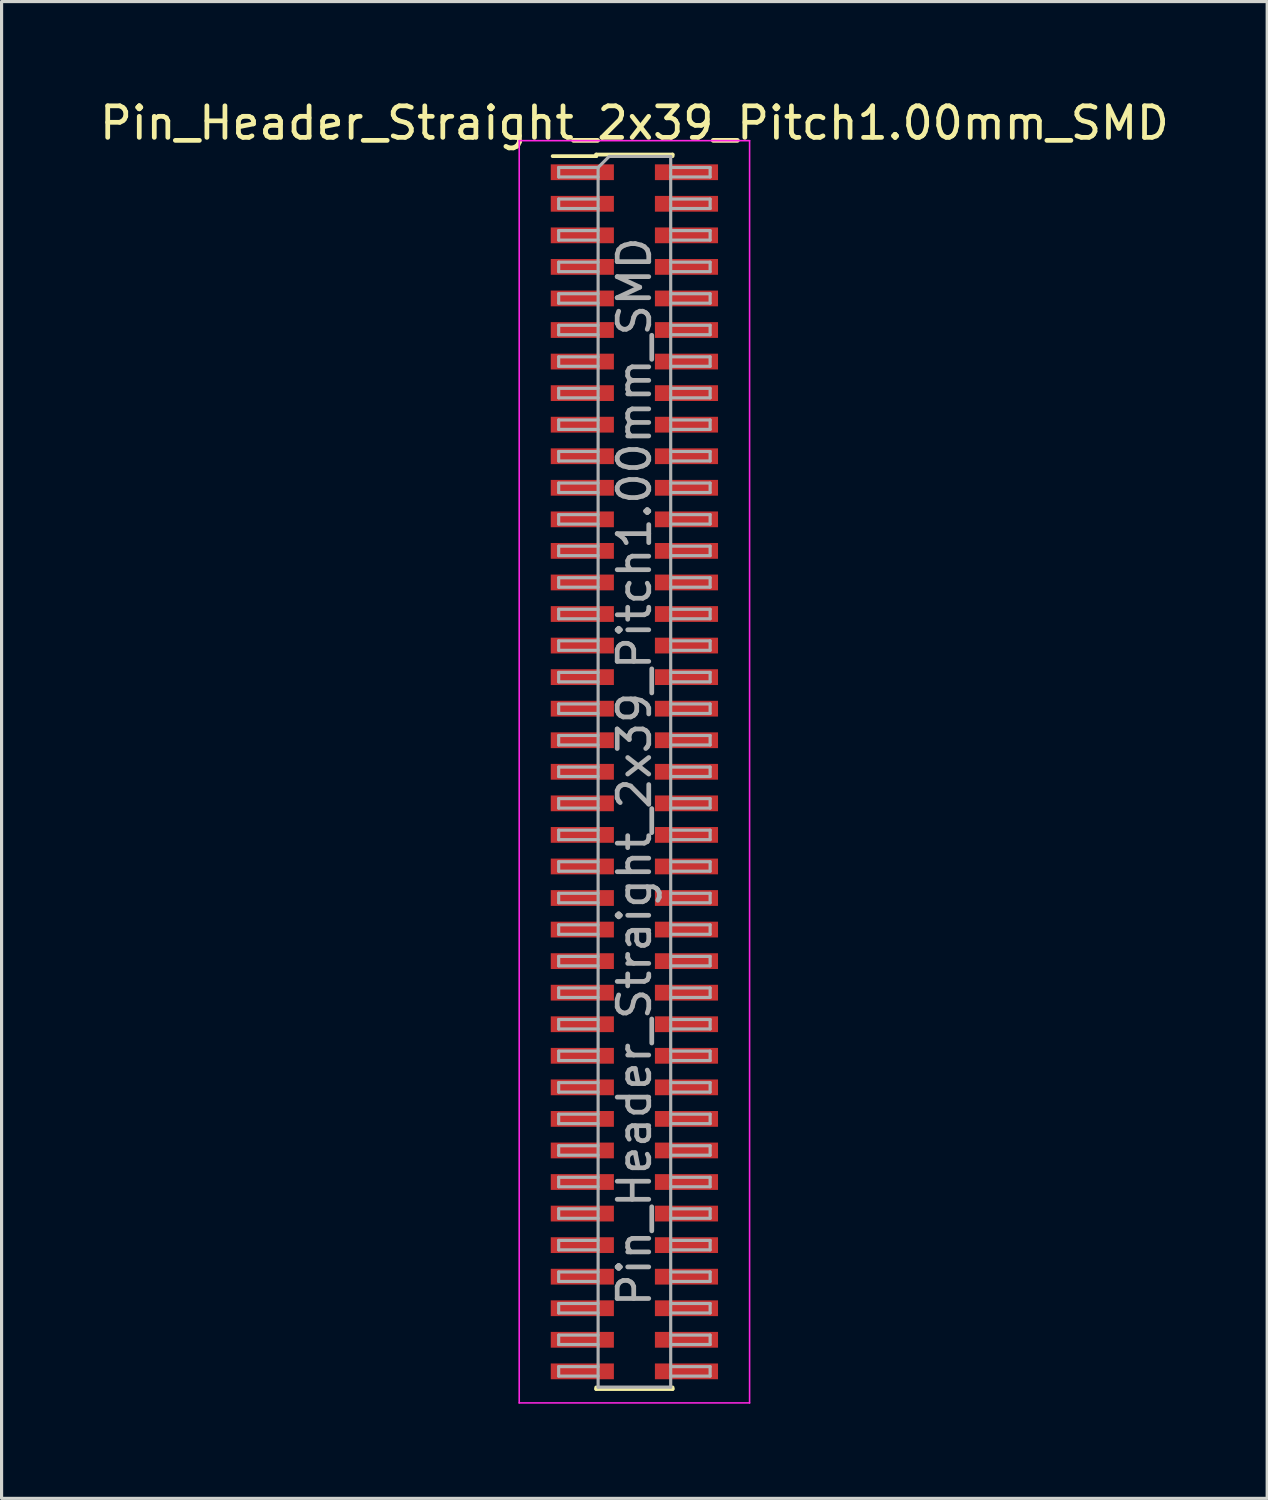
<source format=kicad_pcb>
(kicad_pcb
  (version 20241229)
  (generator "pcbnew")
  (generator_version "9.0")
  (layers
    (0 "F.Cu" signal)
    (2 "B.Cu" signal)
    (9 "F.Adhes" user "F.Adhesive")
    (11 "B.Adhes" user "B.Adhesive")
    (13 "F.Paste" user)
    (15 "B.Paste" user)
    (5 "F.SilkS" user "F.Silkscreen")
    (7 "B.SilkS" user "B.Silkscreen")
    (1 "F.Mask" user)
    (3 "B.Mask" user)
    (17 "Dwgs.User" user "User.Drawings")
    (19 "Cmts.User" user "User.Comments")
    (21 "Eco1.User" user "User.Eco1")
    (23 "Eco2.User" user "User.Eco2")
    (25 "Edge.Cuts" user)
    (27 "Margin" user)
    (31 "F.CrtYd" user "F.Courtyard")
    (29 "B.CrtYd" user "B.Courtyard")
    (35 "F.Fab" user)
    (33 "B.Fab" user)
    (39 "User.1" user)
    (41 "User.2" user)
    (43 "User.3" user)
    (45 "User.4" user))
  (footprint "Pin_Header_Straight_2x39_Pitch1.00mm_SMD"
    (layer "F.Cu")
    (at 17.054 21.408)
    (property "Reference" "Pin_Header_Straight_2x39_Pitch1.00mm_SMD" (at 0 -20.56 0) (layer "F.SilkS") (effects (font (size 1 1) (thickness 0.15))))
    (attr smd)
    (fp_line (start -2.59 -19.51) (end -1.21 -19.51) (stroke (width 0.12) (type solid)) (layer "F.SilkS"))
    (fp_line (start -1.21 -19.56) (end -1.21 -19.51) (stroke (width 0.12) (type solid)) (layer "F.SilkS"))
    (fp_line (start -1.21 -19.56) (end 1.21 -19.56) (stroke (width 0.12) (type solid)) (layer "F.SilkS"))
    (fp_line (start -1.21 19.51) (end -1.21 19.56) (stroke (width 0.12) (type solid)) (layer "F.SilkS"))
    (fp_line (start -1.21 19.56) (end 1.21 19.56) (stroke (width 0.12) (type solid)) (layer "F.SilkS"))
    (fp_line (start 1.21 -19.56) (end 1.21 -19.51) (stroke (width 0.12) (type solid)) (layer "F.SilkS"))
    (fp_line (start 1.21 19.51) (end 1.21 19.56) (stroke (width 0.12) (type solid)) (layer "F.SilkS"))
    (fp_line (start -3.65 -20) (end -3.65 20) (stroke (width 0.05) (type solid)) (layer "F.CrtYd"))
    (fp_line (start -3.65 20) (end 3.65 20) (stroke (width 0.05) (type solid)) (layer "F.CrtYd"))
    (fp_line (start 3.65 -20) (end -3.65 -20) (stroke (width 0.05) (type solid)) (layer "F.CrtYd"))
    (fp_line (start 3.65 20) (end 3.65 -20) (stroke (width 0.05) (type solid)) (layer "F.CrtYd"))
    (fp_line (start -2.4 -19.15) (end -2.4 -18.85) (stroke (width 0.1) (type solid)) (layer "F.Fab"))
    (fp_line (start -2.4 -18.85) (end -1.15 -18.85) (stroke (width 0.1) (type solid)) (layer "F.Fab"))
    (fp_line (start -2.4 -18.15) (end -2.4 -17.85) (stroke (width 0.1) (type solid)) (layer "F.Fab"))
    (fp_line (start -2.4 -17.85) (end -1.15 -17.85) (stroke (width 0.1) (type solid)) (layer "F.Fab"))
    (fp_line (start -2.4 -17.15) (end -2.4 -16.85) (stroke (width 0.1) (type solid)) (layer "F.Fab"))
    (fp_line (start -2.4 -16.85) (end -1.15 -16.85) (stroke (width 0.1) (type solid)) (layer "F.Fab"))
    (fp_line (start -2.4 -16.15) (end -2.4 -15.85) (stroke (width 0.1) (type solid)) (layer "F.Fab"))
    (fp_line (start -2.4 -15.85) (end -1.15 -15.85) (stroke (width 0.1) (type solid)) (layer "F.Fab"))
    (fp_line (start -2.4 -15.15) (end -2.4 -14.85) (stroke (width 0.1) (type solid)) (layer "F.Fab"))
    (fp_line (start -2.4 -14.85) (end -1.15 -14.85) (stroke (width 0.1) (type solid)) (layer "F.Fab"))
    (fp_line (start -2.4 -14.15) (end -2.4 -13.85) (stroke (width 0.1) (type solid)) (layer "F.Fab"))
    (fp_line (start -2.4 -13.85) (end -1.15 -13.85) (stroke (width 0.1) (type solid)) (layer "F.Fab"))
    (fp_line (start -2.4 -13.15) (end -2.4 -12.85) (stroke (width 0.1) (type solid)) (layer "F.Fab"))
    (fp_line (start -2.4 -12.85) (end -1.15 -12.85) (stroke (width 0.1) (type solid)) (layer "F.Fab"))
    (fp_line (start -2.4 -12.15) (end -2.4 -11.85) (stroke (width 0.1) (type solid)) (layer "F.Fab"))
    (fp_line (start -2.4 -11.85) (end -1.15 -11.85) (stroke (width 0.1) (type solid)) (layer "F.Fab"))
    (fp_line (start -2.4 -11.15) (end -2.4 -10.85) (stroke (width 0.1) (type solid)) (layer "F.Fab"))
    (fp_line (start -2.4 -10.85) (end -1.15 -10.85) (stroke (width 0.1) (type solid)) (layer "F.Fab"))
    (fp_line (start -2.4 -10.15) (end -2.4 -9.85) (stroke (width 0.1) (type solid)) (layer "F.Fab"))
    (fp_line (start -2.4 -9.85) (end -1.15 -9.85) (stroke (width 0.1) (type solid)) (layer "F.Fab"))
    (fp_line (start -2.4 -9.15) (end -2.4 -8.85) (stroke (width 0.1) (type solid)) (layer "F.Fab"))
    (fp_line (start -2.4 -8.85) (end -1.15 -8.85) (stroke (width 0.1) (type solid)) (layer "F.Fab"))
    (fp_line (start -2.4 -8.15) (end -2.4 -7.85) (stroke (width 0.1) (type solid)) (layer "F.Fab"))
    (fp_line (start -2.4 -7.85) (end -1.15 -7.85) (stroke (width 0.1) (type solid)) (layer "F.Fab"))
    (fp_line (start -2.4 -7.15) (end -2.4 -6.85) (stroke (width 0.1) (type solid)) (layer "F.Fab"))
    (fp_line (start -2.4 -6.85) (end -1.15 -6.85) (stroke (width 0.1) (type solid)) (layer "F.Fab"))
    (fp_line (start -2.4 -6.15) (end -2.4 -5.85) (stroke (width 0.1) (type solid)) (layer "F.Fab"))
    (fp_line (start -2.4 -5.85) (end -1.15 -5.85) (stroke (width 0.1) (type solid)) (layer "F.Fab"))
    (fp_line (start -2.4 -5.15) (end -2.4 -4.85) (stroke (width 0.1) (type solid)) (layer "F.Fab"))
    (fp_line (start -2.4 -4.85) (end -1.15 -4.85) (stroke (width 0.1) (type solid)) (layer "F.Fab"))
    (fp_line (start -2.4 -4.15) (end -2.4 -3.85) (stroke (width 0.1) (type solid)) (layer "F.Fab"))
    (fp_line (start -2.4 -3.85) (end -1.15 -3.85) (stroke (width 0.1) (type solid)) (layer "F.Fab"))
    (fp_line (start -2.4 -3.15) (end -2.4 -2.85) (stroke (width 0.1) (type solid)) (layer "F.Fab"))
    (fp_line (start -2.4 -2.85) (end -1.15 -2.85) (stroke (width 0.1) (type solid)) (layer "F.Fab"))
    (fp_line (start -2.4 -2.15) (end -2.4 -1.85) (stroke (width 0.1) (type solid)) (layer "F.Fab"))
    (fp_line (start -2.4 -1.85) (end -1.15 -1.85) (stroke (width 0.1) (type solid)) (layer "F.Fab"))
    (fp_line (start -2.4 -1.15) (end -2.4 -0.85) (stroke (width 0.1) (type solid)) (layer "F.Fab"))
    (fp_line (start -2.4 -0.85) (end -1.15 -0.85) (stroke (width 0.1) (type solid)) (layer "F.Fab"))
    (fp_line (start -2.4 -0.15) (end -2.4 0.15) (stroke (width 0.1) (type solid)) (layer "F.Fab"))
    (fp_line (start -2.4 0.15) (end -1.15 0.15) (stroke (width 0.1) (type solid)) (layer "F.Fab"))
    (fp_line (start -2.4 0.85) (end -2.4 1.15) (stroke (width 0.1) (type solid)) (layer "F.Fab"))
    (fp_line (start -2.4 1.15) (end -1.15 1.15) (stroke (width 0.1) (type solid)) (layer "F.Fab"))
    (fp_line (start -2.4 1.85) (end -2.4 2.15) (stroke (width 0.1) (type solid)) (layer "F.Fab"))
    (fp_line (start -2.4 2.15) (end -1.15 2.15) (stroke (width 0.1) (type solid)) (layer "F.Fab"))
    (fp_line (start -2.4 2.85) (end -2.4 3.15) (stroke (width 0.1) (type solid)) (layer "F.Fab"))
    (fp_line (start -2.4 3.15) (end -1.15 3.15) (stroke (width 0.1) (type solid)) (layer "F.Fab"))
    (fp_line (start -2.4 3.85) (end -2.4 4.15) (stroke (width 0.1) (type solid)) (layer "F.Fab"))
    (fp_line (start -2.4 4.15) (end -1.15 4.15) (stroke (width 0.1) (type solid)) (layer "F.Fab"))
    (fp_line (start -2.4 4.85) (end -2.4 5.15) (stroke (width 0.1) (type solid)) (layer "F.Fab"))
    (fp_line (start -2.4 5.15) (end -1.15 5.15) (stroke (width 0.1) (type solid)) (layer "F.Fab"))
    (fp_line (start -2.4 5.85) (end -2.4 6.15) (stroke (width 0.1) (type solid)) (layer "F.Fab"))
    (fp_line (start -2.4 6.15) (end -1.15 6.15) (stroke (width 0.1) (type solid)) (layer "F.Fab"))
    (fp_line (start -2.4 6.85) (end -2.4 7.15) (stroke (width 0.1) (type solid)) (layer "F.Fab"))
    (fp_line (start -2.4 7.15) (end -1.15 7.15) (stroke (width 0.1) (type solid)) (layer "F.Fab"))
    (fp_line (start -2.4 7.85) (end -2.4 8.15) (stroke (width 0.1) (type solid)) (layer "F.Fab"))
    (fp_line (start -2.4 8.15) (end -1.15 8.15) (stroke (width 0.1) (type solid)) (layer "F.Fab"))
    (fp_line (start -2.4 8.85) (end -2.4 9.15) (stroke (width 0.1) (type solid)) (layer "F.Fab"))
    (fp_line (start -2.4 9.15) (end -1.15 9.15) (stroke (width 0.1) (type solid)) (layer "F.Fab"))
    (fp_line (start -2.4 9.85) (end -2.4 10.15) (stroke (width 0.1) (type solid)) (layer "F.Fab"))
    (fp_line (start -2.4 10.15) (end -1.15 10.15) (stroke (width 0.1) (type solid)) (layer "F.Fab"))
    (fp_line (start -2.4 10.85) (end -2.4 11.15) (stroke (width 0.1) (type solid)) (layer "F.Fab"))
    (fp_line (start -2.4 11.15) (end -1.15 11.15) (stroke (width 0.1) (type solid)) (layer "F.Fab"))
    (fp_line (start -2.4 11.85) (end -2.4 12.15) (stroke (width 0.1) (type solid)) (layer "F.Fab"))
    (fp_line (start -2.4 12.15) (end -1.15 12.15) (stroke (width 0.1) (type solid)) (layer "F.Fab"))
    (fp_line (start -2.4 12.85) (end -2.4 13.15) (stroke (width 0.1) (type solid)) (layer "F.Fab"))
    (fp_line (start -2.4 13.15) (end -1.15 13.15) (stroke (width 0.1) (type solid)) (layer "F.Fab"))
    (fp_line (start -2.4 13.85) (end -2.4 14.15) (stroke (width 0.1) (type solid)) (layer "F.Fab"))
    (fp_line (start -2.4 14.15) (end -1.15 14.15) (stroke (width 0.1) (type solid)) (layer "F.Fab"))
    (fp_line (start -2.4 14.85) (end -2.4 15.15) (stroke (width 0.1) (type solid)) (layer "F.Fab"))
    (fp_line (start -2.4 15.15) (end -1.15 15.15) (stroke (width 0.1) (type solid)) (layer "F.Fab"))
    (fp_line (start -2.4 15.85) (end -2.4 16.15) (stroke (width 0.1) (type solid)) (layer "F.Fab"))
    (fp_line (start -2.4 16.15) (end -1.15 16.15) (stroke (width 0.1) (type solid)) (layer "F.Fab"))
    (fp_line (start -2.4 16.85) (end -2.4 17.15) (stroke (width 0.1) (type solid)) (layer "F.Fab"))
    (fp_line (start -2.4 17.15) (end -1.15 17.15) (stroke (width 0.1) (type solid)) (layer "F.Fab"))
    (fp_line (start -2.4 17.85) (end -2.4 18.15) (stroke (width 0.1) (type solid)) (layer "F.Fab"))
    (fp_line (start -2.4 18.15) (end -1.15 18.15) (stroke (width 0.1) (type solid)) (layer "F.Fab"))
    (fp_line (start -2.4 18.85) (end -2.4 19.15) (stroke (width 0.1) (type solid)) (layer "F.Fab"))
    (fp_line (start -2.4 19.15) (end -1.15 19.15) (stroke (width 0.1) (type solid)) (layer "F.Fab"))
    (fp_line (start -1.15 -19.15) (end -2.4 -19.15) (stroke (width 0.1) (type solid)) (layer "F.Fab"))
    (fp_line (start -1.15 -19.15) (end -0.8 -19.5) (stroke (width 0.1) (type solid)) (layer "F.Fab"))
    (fp_line (start -1.15 -18.15) (end -2.4 -18.15) (stroke (width 0.1) (type solid)) (layer "F.Fab"))
    (fp_line (start -1.15 -17.15) (end -2.4 -17.15) (stroke (width 0.1) (type solid)) (layer "F.Fab"))
    (fp_line (start -1.15 -16.15) (end -2.4 -16.15) (stroke (width 0.1) (type solid)) (layer "F.Fab"))
    (fp_line (start -1.15 -15.15) (end -2.4 -15.15) (stroke (width 0.1) (type solid)) (layer "F.Fab"))
    (fp_line (start -1.15 -14.15) (end -2.4 -14.15) (stroke (width 0.1) (type solid)) (layer "F.Fab"))
    (fp_line (start -1.15 -13.15) (end -2.4 -13.15) (stroke (width 0.1) (type solid)) (layer "F.Fab"))
    (fp_line (start -1.15 -12.15) (end -2.4 -12.15) (stroke (width 0.1) (type solid)) (layer "F.Fab"))
    (fp_line (start -1.15 -11.15) (end -2.4 -11.15) (stroke (width 0.1) (type solid)) (layer "F.Fab"))
    (fp_line (start -1.15 -10.15) (end -2.4 -10.15) (stroke (width 0.1) (type solid)) (layer "F.Fab"))
    (fp_line (start -1.15 -9.15) (end -2.4 -9.15) (stroke (width 0.1) (type solid)) (layer "F.Fab"))
    (fp_line (start -1.15 -8.15) (end -2.4 -8.15) (stroke (width 0.1) (type solid)) (layer "F.Fab"))
    (fp_line (start -1.15 -7.15) (end -2.4 -7.15) (stroke (width 0.1) (type solid)) (layer "F.Fab"))
    (fp_line (start -1.15 -6.15) (end -2.4 -6.15) (stroke (width 0.1) (type solid)) (layer "F.Fab"))
    (fp_line (start -1.15 -5.15) (end -2.4 -5.15) (stroke (width 0.1) (type solid)) (layer "F.Fab"))
    (fp_line (start -1.15 -4.15) (end -2.4 -4.15) (stroke (width 0.1) (type solid)) (layer "F.Fab"))
    (fp_line (start -1.15 -3.15) (end -2.4 -3.15) (stroke (width 0.1) (type solid)) (layer "F.Fab"))
    (fp_line (start -1.15 -2.15) (end -2.4 -2.15) (stroke (width 0.1) (type solid)) (layer "F.Fab"))
    (fp_line (start -1.15 -1.15) (end -2.4 -1.15) (stroke (width 0.1) (type solid)) (layer "F.Fab"))
    (fp_line (start -1.15 -0.15) (end -2.4 -0.15) (stroke (width 0.1) (type solid)) (layer "F.Fab"))
    (fp_line (start -1.15 0.85) (end -2.4 0.85) (stroke (width 0.1) (type solid)) (layer "F.Fab"))
    (fp_line (start -1.15 1.85) (end -2.4 1.85) (stroke (width 0.1) (type solid)) (layer "F.Fab"))
    (fp_line (start -1.15 2.85) (end -2.4 2.85) (stroke (width 0.1) (type solid)) (layer "F.Fab"))
    (fp_line (start -1.15 3.85) (end -2.4 3.85) (stroke (width 0.1) (type solid)) (layer "F.Fab"))
    (fp_line (start -1.15 4.85) (end -2.4 4.85) (stroke (width 0.1) (type solid)) (layer "F.Fab"))
    (fp_line (start -1.15 5.85) (end -2.4 5.85) (stroke (width 0.1) (type solid)) (layer "F.Fab"))
    (fp_line (start -1.15 6.85) (end -2.4 6.85) (stroke (width 0.1) (type solid)) (layer "F.Fab"))
    (fp_line (start -1.15 7.85) (end -2.4 7.85) (stroke (width 0.1) (type solid)) (layer "F.Fab"))
    (fp_line (start -1.15 8.85) (end -2.4 8.85) (stroke (width 0.1) (type solid)) (layer "F.Fab"))
    (fp_line (start -1.15 9.85) (end -2.4 9.85) (stroke (width 0.1) (type solid)) (layer "F.Fab"))
    (fp_line (start -1.15 10.85) (end -2.4 10.85) (stroke (width 0.1) (type solid)) (layer "F.Fab"))
    (fp_line (start -1.15 11.85) (end -2.4 11.85) (stroke (width 0.1) (type solid)) (layer "F.Fab"))
    (fp_line (start -1.15 12.85) (end -2.4 12.85) (stroke (width 0.1) (type solid)) (layer "F.Fab"))
    (fp_line (start -1.15 13.85) (end -2.4 13.85) (stroke (width 0.1) (type solid)) (layer "F.Fab"))
    (fp_line (start -1.15 14.85) (end -2.4 14.85) (stroke (width 0.1) (type solid)) (layer "F.Fab"))
    (fp_line (start -1.15 15.85) (end -2.4 15.85) (stroke (width 0.1) (type solid)) (layer "F.Fab"))
    (fp_line (start -1.15 16.85) (end -2.4 16.85) (stroke (width 0.1) (type solid)) (layer "F.Fab"))
    (fp_line (start -1.15 17.85) (end -2.4 17.85) (stroke (width 0.1) (type solid)) (layer "F.Fab"))
    (fp_line (start -1.15 18.85) (end -2.4 18.85) (stroke (width 0.1) (type solid)) (layer "F.Fab"))
    (fp_line (start -1.15 19.5) (end -1.15 -19.15) (stroke (width 0.1) (type solid)) (layer "F.Fab"))
    (fp_line (start -0.8 -19.5) (end 1.15 -19.5) (stroke (width 0.1) (type solid)) (layer "F.Fab"))
    (fp_line (start 1.15 -19.5) (end 1.15 19.5) (stroke (width 0.1) (type solid)) (layer "F.Fab"))
    (fp_line (start 1.15 -19.15) (end 2.4 -19.15) (stroke (width 0.1) (type solid)) (layer "F.Fab"))
    (fp_line (start 1.15 -18.15) (end 2.4 -18.15) (stroke (width 0.1) (type solid)) (layer "F.Fab"))
    (fp_line (start 1.15 -17.15) (end 2.4 -17.15) (stroke (width 0.1) (type solid)) (layer "F.Fab"))
    (fp_line (start 1.15 -16.15) (end 2.4 -16.15) (stroke (width 0.1) (type solid)) (layer "F.Fab"))
    (fp_line (start 1.15 -15.15) (end 2.4 -15.15) (stroke (width 0.1) (type solid)) (layer "F.Fab"))
    (fp_line (start 1.15 -14.15) (end 2.4 -14.15) (stroke (width 0.1) (type solid)) (layer "F.Fab"))
    (fp_line (start 1.15 -13.15) (end 2.4 -13.15) (stroke (width 0.1) (type solid)) (layer "F.Fab"))
    (fp_line (start 1.15 -12.15) (end 2.4 -12.15) (stroke (width 0.1) (type solid)) (layer "F.Fab"))
    (fp_line (start 1.15 -11.15) (end 2.4 -11.15) (stroke (width 0.1) (type solid)) (layer "F.Fab"))
    (fp_line (start 1.15 -10.15) (end 2.4 -10.15) (stroke (width 0.1) (type solid)) (layer "F.Fab"))
    (fp_line (start 1.15 -9.15) (end 2.4 -9.15) (stroke (width 0.1) (type solid)) (layer "F.Fab"))
    (fp_line (start 1.15 -8.15) (end 2.4 -8.15) (stroke (width 0.1) (type solid)) (layer "F.Fab"))
    (fp_line (start 1.15 -7.15) (end 2.4 -7.15) (stroke (width 0.1) (type solid)) (layer "F.Fab"))
    (fp_line (start 1.15 -6.15) (end 2.4 -6.15) (stroke (width 0.1) (type solid)) (layer "F.Fab"))
    (fp_line (start 1.15 -5.15) (end 2.4 -5.15) (stroke (width 0.1) (type solid)) (layer "F.Fab"))
    (fp_line (start 1.15 -4.15) (end 2.4 -4.15) (stroke (width 0.1) (type solid)) (layer "F.Fab"))
    (fp_line (start 1.15 -3.15) (end 2.4 -3.15) (stroke (width 0.1) (type solid)) (layer "F.Fab"))
    (fp_line (start 1.15 -2.15) (end 2.4 -2.15) (stroke (width 0.1) (type solid)) (layer "F.Fab"))
    (fp_line (start 1.15 -1.15) (end 2.4 -1.15) (stroke (width 0.1) (type solid)) (layer "F.Fab"))
    (fp_line (start 1.15 -0.15) (end 2.4 -0.15) (stroke (width 0.1) (type solid)) (layer "F.Fab"))
    (fp_line (start 1.15 0.85) (end 2.4 0.85) (stroke (width 0.1) (type solid)) (layer "F.Fab"))
    (fp_line (start 1.15 1.85) (end 2.4 1.85) (stroke (width 0.1) (type solid)) (layer "F.Fab"))
    (fp_line (start 1.15 2.85) (end 2.4 2.85) (stroke (width 0.1) (type solid)) (layer "F.Fab"))
    (fp_line (start 1.15 3.85) (end 2.4 3.85) (stroke (width 0.1) (type solid)) (layer "F.Fab"))
    (fp_line (start 1.15 4.85) (end 2.4 4.85) (stroke (width 0.1) (type solid)) (layer "F.Fab"))
    (fp_line (start 1.15 5.85) (end 2.4 5.85) (stroke (width 0.1) (type solid)) (layer "F.Fab"))
    (fp_line (start 1.15 6.85) (end 2.4 6.85) (stroke (width 0.1) (type solid)) (layer "F.Fab"))
    (fp_line (start 1.15 7.85) (end 2.4 7.85) (stroke (width 0.1) (type solid)) (layer "F.Fab"))
    (fp_line (start 1.15 8.85) (end 2.4 8.85) (stroke (width 0.1) (type solid)) (layer "F.Fab"))
    (fp_line (start 1.15 9.85) (end 2.4 9.85) (stroke (width 0.1) (type solid)) (layer "F.Fab"))
    (fp_line (start 1.15 10.85) (end 2.4 10.85) (stroke (width 0.1) (type solid)) (layer "F.Fab"))
    (fp_line (start 1.15 11.85) (end 2.4 11.85) (stroke (width 0.1) (type solid)) (layer "F.Fab"))
    (fp_line (start 1.15 12.85) (end 2.4 12.85) (stroke (width 0.1) (type solid)) (layer "F.Fab"))
    (fp_line (start 1.15 13.85) (end 2.4 13.85) (stroke (width 0.1) (type solid)) (layer "F.Fab"))
    (fp_line (start 1.15 14.85) (end 2.4 14.85) (stroke (width 0.1) (type solid)) (layer "F.Fab"))
    (fp_line (start 1.15 15.85) (end 2.4 15.85) (stroke (width 0.1) (type solid)) (layer "F.Fab"))
    (fp_line (start 1.15 16.85) (end 2.4 16.85) (stroke (width 0.1) (type solid)) (layer "F.Fab"))
    (fp_line (start 1.15 17.85) (end 2.4 17.85) (stroke (width 0.1) (type solid)) (layer "F.Fab"))
    (fp_line (start 1.15 18.85) (end 2.4 18.85) (stroke (width 0.1) (type solid)) (layer "F.Fab"))
    (fp_line (start 1.15 19.5) (end -1.15 19.5) (stroke (width 0.1) (type solid)) (layer "F.Fab"))
    (fp_line (start 2.4 -19.15) (end 2.4 -18.85) (stroke (width 0.1) (type solid)) (layer "F.Fab"))
    (fp_line (start 2.4 -18.85) (end 1.15 -18.85) (stroke (width 0.1) (type solid)) (layer "F.Fab"))
    (fp_line (start 2.4 -18.15) (end 2.4 -17.85) (stroke (width 0.1) (type solid)) (layer "F.Fab"))
    (fp_line (start 2.4 -17.85) (end 1.15 -17.85) (stroke (width 0.1) (type solid)) (layer "F.Fab"))
    (fp_line (start 2.4 -17.15) (end 2.4 -16.85) (stroke (width 0.1) (type solid)) (layer "F.Fab"))
    (fp_line (start 2.4 -16.85) (end 1.15 -16.85) (stroke (width 0.1) (type solid)) (layer "F.Fab"))
    (fp_line (start 2.4 -16.15) (end 2.4 -15.85) (stroke (width 0.1) (type solid)) (layer "F.Fab"))
    (fp_line (start 2.4 -15.85) (end 1.15 -15.85) (stroke (width 0.1) (type solid)) (layer "F.Fab"))
    (fp_line (start 2.4 -15.15) (end 2.4 -14.85) (stroke (width 0.1) (type solid)) (layer "F.Fab"))
    (fp_line (start 2.4 -14.85) (end 1.15 -14.85) (stroke (width 0.1) (type solid)) (layer "F.Fab"))
    (fp_line (start 2.4 -14.15) (end 2.4 -13.85) (stroke (width 0.1) (type solid)) (layer "F.Fab"))
    (fp_line (start 2.4 -13.85) (end 1.15 -13.85) (stroke (width 0.1) (type solid)) (layer "F.Fab"))
    (fp_line (start 2.4 -13.15) (end 2.4 -12.85) (stroke (width 0.1) (type solid)) (layer "F.Fab"))
    (fp_line (start 2.4 -12.85) (end 1.15 -12.85) (stroke (width 0.1) (type solid)) (layer "F.Fab"))
    (fp_line (start 2.4 -12.15) (end 2.4 -11.85) (stroke (width 0.1) (type solid)) (layer "F.Fab"))
    (fp_line (start 2.4 -11.85) (end 1.15 -11.85) (stroke (width 0.1) (type solid)) (layer "F.Fab"))
    (fp_line (start 2.4 -11.15) (end 2.4 -10.85) (stroke (width 0.1) (type solid)) (layer "F.Fab"))
    (fp_line (start 2.4 -10.85) (end 1.15 -10.85) (stroke (width 0.1) (type solid)) (layer "F.Fab"))
    (fp_line (start 2.4 -10.15) (end 2.4 -9.85) (stroke (width 0.1) (type solid)) (layer "F.Fab"))
    (fp_line (start 2.4 -9.85) (end 1.15 -9.85) (stroke (width 0.1) (type solid)) (layer "F.Fab"))
    (fp_line (start 2.4 -9.15) (end 2.4 -8.85) (stroke (width 0.1) (type solid)) (layer "F.Fab"))
    (fp_line (start 2.4 -8.85) (end 1.15 -8.85) (stroke (width 0.1) (type solid)) (layer "F.Fab"))
    (fp_line (start 2.4 -8.15) (end 2.4 -7.85) (stroke (width 0.1) (type solid)) (layer "F.Fab"))
    (fp_line (start 2.4 -7.85) (end 1.15 -7.85) (stroke (width 0.1) (type solid)) (layer "F.Fab"))
    (fp_line (start 2.4 -7.15) (end 2.4 -6.85) (stroke (width 0.1) (type solid)) (layer "F.Fab"))
    (fp_line (start 2.4 -6.85) (end 1.15 -6.85) (stroke (width 0.1) (type solid)) (layer "F.Fab"))
    (fp_line (start 2.4 -6.15) (end 2.4 -5.85) (stroke (width 0.1) (type solid)) (layer "F.Fab"))
    (fp_line (start 2.4 -5.85) (end 1.15 -5.85) (stroke (width 0.1) (type solid)) (layer "F.Fab"))
    (fp_line (start 2.4 -5.15) (end 2.4 -4.85) (stroke (width 0.1) (type solid)) (layer "F.Fab"))
    (fp_line (start 2.4 -4.85) (end 1.15 -4.85) (stroke (width 0.1) (type solid)) (layer "F.Fab"))
    (fp_line (start 2.4 -4.15) (end 2.4 -3.85) (stroke (width 0.1) (type solid)) (layer "F.Fab"))
    (fp_line (start 2.4 -3.85) (end 1.15 -3.85) (stroke (width 0.1) (type solid)) (layer "F.Fab"))
    (fp_line (start 2.4 -3.15) (end 2.4 -2.85) (stroke (width 0.1) (type solid)) (layer "F.Fab"))
    (fp_line (start 2.4 -2.85) (end 1.15 -2.85) (stroke (width 0.1) (type solid)) (layer "F.Fab"))
    (fp_line (start 2.4 -2.15) (end 2.4 -1.85) (stroke (width 0.1) (type solid)) (layer "F.Fab"))
    (fp_line (start 2.4 -1.85) (end 1.15 -1.85) (stroke (width 0.1) (type solid)) (layer "F.Fab"))
    (fp_line (start 2.4 -1.15) (end 2.4 -0.85) (stroke (width 0.1) (type solid)) (layer "F.Fab"))
    (fp_line (start 2.4 -0.85) (end 1.15 -0.85) (stroke (width 0.1) (type solid)) (layer "F.Fab"))
    (fp_line (start 2.4 -0.15) (end 2.4 0.15) (stroke (width 0.1) (type solid)) (layer "F.Fab"))
    (fp_line (start 2.4 0.15) (end 1.15 0.15) (stroke (width 0.1) (type solid)) (layer "F.Fab"))
    (fp_line (start 2.4 0.85) (end 2.4 1.15) (stroke (width 0.1) (type solid)) (layer "F.Fab"))
    (fp_line (start 2.4 1.15) (end 1.15 1.15) (stroke (width 0.1) (type solid)) (layer "F.Fab"))
    (fp_line (start 2.4 1.85) (end 2.4 2.15) (stroke (width 0.1) (type solid)) (layer "F.Fab"))
    (fp_line (start 2.4 2.15) (end 1.15 2.15) (stroke (width 0.1) (type solid)) (layer "F.Fab"))
    (fp_line (start 2.4 2.85) (end 2.4 3.15) (stroke (width 0.1) (type solid)) (layer "F.Fab"))
    (fp_line (start 2.4 3.15) (end 1.15 3.15) (stroke (width 0.1) (type solid)) (layer "F.Fab"))
    (fp_line (start 2.4 3.85) (end 2.4 4.15) (stroke (width 0.1) (type solid)) (layer "F.Fab"))
    (fp_line (start 2.4 4.15) (end 1.15 4.15) (stroke (width 0.1) (type solid)) (layer "F.Fab"))
    (fp_line (start 2.4 4.85) (end 2.4 5.15) (stroke (width 0.1) (type solid)) (layer "F.Fab"))
    (fp_line (start 2.4 5.15) (end 1.15 5.15) (stroke (width 0.1) (type solid)) (layer "F.Fab"))
    (fp_line (start 2.4 5.85) (end 2.4 6.15) (stroke (width 0.1) (type solid)) (layer "F.Fab"))
    (fp_line (start 2.4 6.15) (end 1.15 6.15) (stroke (width 0.1) (type solid)) (layer "F.Fab"))
    (fp_line (start 2.4 6.85) (end 2.4 7.15) (stroke (width 0.1) (type solid)) (layer "F.Fab"))
    (fp_line (start 2.4 7.15) (end 1.15 7.15) (stroke (width 0.1) (type solid)) (layer "F.Fab"))
    (fp_line (start 2.4 7.85) (end 2.4 8.15) (stroke (width 0.1) (type solid)) (layer "F.Fab"))
    (fp_line (start 2.4 8.15) (end 1.15 8.15) (stroke (width 0.1) (type solid)) (layer "F.Fab"))
    (fp_line (start 2.4 8.85) (end 2.4 9.15) (stroke (width 0.1) (type solid)) (layer "F.Fab"))
    (fp_line (start 2.4 9.15) (end 1.15 9.15) (stroke (width 0.1) (type solid)) (layer "F.Fab"))
    (fp_line (start 2.4 9.85) (end 2.4 10.15) (stroke (width 0.1) (type solid)) (layer "F.Fab"))
    (fp_line (start 2.4 10.15) (end 1.15 10.15) (stroke (width 0.1) (type solid)) (layer "F.Fab"))
    (fp_line (start 2.4 10.85) (end 2.4 11.15) (stroke (width 0.1) (type solid)) (layer "F.Fab"))
    (fp_line (start 2.4 11.15) (end 1.15 11.15) (stroke (width 0.1) (type solid)) (layer "F.Fab"))
    (fp_line (start 2.4 11.85) (end 2.4 12.15) (stroke (width 0.1) (type solid)) (layer "F.Fab"))
    (fp_line (start 2.4 12.15) (end 1.15 12.15) (stroke (width 0.1) (type solid)) (layer "F.Fab"))
    (fp_line (start 2.4 12.85) (end 2.4 13.15) (stroke (width 0.1) (type solid)) (layer "F.Fab"))
    (fp_line (start 2.4 13.15) (end 1.15 13.15) (stroke (width 0.1) (type solid)) (layer "F.Fab"))
    (fp_line (start 2.4 13.85) (end 2.4 14.15) (stroke (width 0.1) (type solid)) (layer "F.Fab"))
    (fp_line (start 2.4 14.15) (end 1.15 14.15) (stroke (width 0.1) (type solid)) (layer "F.Fab"))
    (fp_line (start 2.4 14.85) (end 2.4 15.15) (stroke (width 0.1) (type solid)) (layer "F.Fab"))
    (fp_line (start 2.4 15.15) (end 1.15 15.15) (stroke (width 0.1) (type solid)) (layer "F.Fab"))
    (fp_line (start 2.4 15.85) (end 2.4 16.15) (stroke (width 0.1) (type solid)) (layer "F.Fab"))
    (fp_line (start 2.4 16.15) (end 1.15 16.15) (stroke (width 0.1) (type solid)) (layer "F.Fab"))
    (fp_line (start 2.4 16.85) (end 2.4 17.15) (stroke (width 0.1) (type solid)) (layer "F.Fab"))
    (fp_line (start 2.4 17.15) (end 1.15 17.15) (stroke (width 0.1) (type solid)) (layer "F.Fab"))
    (fp_line (start 2.4 17.85) (end 2.4 18.15) (stroke (width 0.1) (type solid)) (layer "F.Fab"))
    (fp_line (start 2.4 18.15) (end 1.15 18.15) (stroke (width 0.1) (type solid)) (layer "F.Fab"))
    (fp_line (start 2.4 18.85) (end 2.4 19.15) (stroke (width 0.1) (type solid)) (layer "F.Fab"))
    (fp_line (start 2.4 19.15) (end 1.15 19.15) (stroke (width 0.1) (type solid)) (layer "F.Fab"))
    (fp_text user "${REFERENCE}" (at 0 0 90) (layer "F.Fab") (effects (font (size 1 1) (thickness 0.15))))
    (pad "1" smd rect (at -1.65 -19) (size 2 0.5) (layers "F.Cu" "F.Mask" "F.Paste"))
    (pad "2" smd rect (at 1.65 -19) (size 2 0.5) (layers "F.Cu" "F.Mask" "F.Paste"))
    (pad "3" smd rect (at -1.65 -18) (size 2 0.5) (layers "F.Cu" "F.Mask" "F.Paste"))
    (pad "4" smd rect (at 1.65 -18) (size 2 0.5) (layers "F.Cu" "F.Mask" "F.Paste"))
    (pad "5" smd rect (at -1.65 -17) (size 2 0.5) (layers "F.Cu" "F.Mask" "F.Paste"))
    (pad "6" smd rect (at 1.65 -17) (size 2 0.5) (layers "F.Cu" "F.Mask" "F.Paste"))
    (pad "7" smd rect (at -1.65 -16) (size 2 0.5) (layers "F.Cu" "F.Mask" "F.Paste"))
    (pad "8" smd rect (at 1.65 -16) (size 2 0.5) (layers "F.Cu" "F.Mask" "F.Paste"))
    (pad "9" smd rect (at -1.65 -15) (size 2 0.5) (layers "F.Cu" "F.Mask" "F.Paste"))
    (pad "10" smd rect (at 1.65 -15) (size 2 0.5) (layers "F.Cu" "F.Mask" "F.Paste"))
    (pad "11" smd rect (at -1.65 -14) (size 2 0.5) (layers "F.Cu" "F.Mask" "F.Paste"))
    (pad "12" smd rect (at 1.65 -14) (size 2 0.5) (layers "F.Cu" "F.Mask" "F.Paste"))
    (pad "13" smd rect (at -1.65 -13) (size 2 0.5) (layers "F.Cu" "F.Mask" "F.Paste"))
    (pad "14" smd rect (at 1.65 -13) (size 2 0.5) (layers "F.Cu" "F.Mask" "F.Paste"))
    (pad "15" smd rect (at -1.65 -12) (size 2 0.5) (layers "F.Cu" "F.Mask" "F.Paste"))
    (pad "16" smd rect (at 1.65 -12) (size 2 0.5) (layers "F.Cu" "F.Mask" "F.Paste"))
    (pad "17" smd rect (at -1.65 -11) (size 2 0.5) (layers "F.Cu" "F.Mask" "F.Paste"))
    (pad "18" smd rect (at 1.65 -11) (size 2 0.5) (layers "F.Cu" "F.Mask" "F.Paste"))
    (pad "19" smd rect (at -1.65 -10) (size 2 0.5) (layers "F.Cu" "F.Mask" "F.Paste"))
    (pad "20" smd rect (at 1.65 -10) (size 2 0.5) (layers "F.Cu" "F.Mask" "F.Paste"))
    (pad "21" smd rect (at -1.65 -9) (size 2 0.5) (layers "F.Cu" "F.Mask" "F.Paste"))
    (pad "22" smd rect (at 1.65 -9) (size 2 0.5) (layers "F.Cu" "F.Mask" "F.Paste"))
    (pad "23" smd rect (at -1.65 -8) (size 2 0.5) (layers "F.Cu" "F.Mask" "F.Paste"))
    (pad "24" smd rect (at 1.65 -8) (size 2 0.5) (layers "F.Cu" "F.Mask" "F.Paste"))
    (pad "25" smd rect (at -1.65 -7) (size 2 0.5) (layers "F.Cu" "F.Mask" "F.Paste"))
    (pad "26" smd rect (at 1.65 -7) (size 2 0.5) (layers "F.Cu" "F.Mask" "F.Paste"))
    (pad "27" smd rect (at -1.65 -6) (size 2 0.5) (layers "F.Cu" "F.Mask" "F.Paste"))
    (pad "28" smd rect (at 1.65 -6) (size 2 0.5) (layers "F.Cu" "F.Mask" "F.Paste"))
    (pad "29" smd rect (at -1.65 -5) (size 2 0.5) (layers "F.Cu" "F.Mask" "F.Paste"))
    (pad "30" smd rect (at 1.65 -5) (size 2 0.5) (layers "F.Cu" "F.Mask" "F.Paste"))
    (pad "31" smd rect (at -1.65 -4) (size 2 0.5) (layers "F.Cu" "F.Mask" "F.Paste"))
    (pad "32" smd rect (at 1.65 -4) (size 2 0.5) (layers "F.Cu" "F.Mask" "F.Paste"))
    (pad "33" smd rect (at -1.65 -3) (size 2 0.5) (layers "F.Cu" "F.Mask" "F.Paste"))
    (pad "34" smd rect (at 1.65 -3) (size 2 0.5) (layers "F.Cu" "F.Mask" "F.Paste"))
    (pad "35" smd rect (at -1.65 -2) (size 2 0.5) (layers "F.Cu" "F.Mask" "F.Paste"))
    (pad "36" smd rect (at 1.65 -2) (size 2 0.5) (layers "F.Cu" "F.Mask" "F.Paste"))
    (pad "37" smd rect (at -1.65 -1) (size 2 0.5) (layers "F.Cu" "F.Mask" "F.Paste"))
    (pad "38" smd rect (at 1.65 -1) (size 2 0.5) (layers "F.Cu" "F.Mask" "F.Paste"))
    (pad "39" smd rect (at -1.65 0) (size 2 0.5) (layers "F.Cu" "F.Mask" "F.Paste"))
    (pad "40" smd rect (at 1.65 0) (size 2 0.5) (layers "F.Cu" "F.Mask" "F.Paste"))
    (pad "41" smd rect (at -1.65 1) (size 2 0.5) (layers "F.Cu" "F.Mask" "F.Paste"))
    (pad "42" smd rect (at 1.65 1) (size 2 0.5) (layers "F.Cu" "F.Mask" "F.Paste"))
    (pad "43" smd rect (at -1.65 2) (size 2 0.5) (layers "F.Cu" "F.Mask" "F.Paste"))
    (pad "44" smd rect (at 1.65 2) (size 2 0.5) (layers "F.Cu" "F.Mask" "F.Paste"))
    (pad "45" smd rect (at -1.65 3) (size 2 0.5) (layers "F.Cu" "F.Mask" "F.Paste"))
    (pad "46" smd rect (at 1.65 3) (size 2 0.5) (layers "F.Cu" "F.Mask" "F.Paste"))
    (pad "47" smd rect (at -1.65 4) (size 2 0.5) (layers "F.Cu" "F.Mask" "F.Paste"))
    (pad "48" smd rect (at 1.65 4) (size 2 0.5) (layers "F.Cu" "F.Mask" "F.Paste"))
    (pad "49" smd rect (at -1.65 5) (size 2 0.5) (layers "F.Cu" "F.Mask" "F.Paste"))
    (pad "50" smd rect (at 1.65 5) (size 2 0.5) (layers "F.Cu" "F.Mask" "F.Paste"))
    (pad "51" smd rect (at -1.65 6) (size 2 0.5) (layers "F.Cu" "F.Mask" "F.Paste"))
    (pad "52" smd rect (at 1.65 6) (size 2 0.5) (layers "F.Cu" "F.Mask" "F.Paste"))
    (pad "53" smd rect (at -1.65 7) (size 2 0.5) (layers "F.Cu" "F.Mask" "F.Paste"))
    (pad "54" smd rect (at 1.65 7) (size 2 0.5) (layers "F.Cu" "F.Mask" "F.Paste"))
    (pad "55" smd rect (at -1.65 8) (size 2 0.5) (layers "F.Cu" "F.Mask" "F.Paste"))
    (pad "56" smd rect (at 1.65 8) (size 2 0.5) (layers "F.Cu" "F.Mask" "F.Paste"))
    (pad "57" smd rect (at -1.65 9) (size 2 0.5) (layers "F.Cu" "F.Mask" "F.Paste"))
    (pad "58" smd rect (at 1.65 9) (size 2 0.5) (layers "F.Cu" "F.Mask" "F.Paste"))
    (pad "59" smd rect (at -1.65 10) (size 2 0.5) (layers "F.Cu" "F.Mask" "F.Paste"))
    (pad "60" smd rect (at 1.65 10) (size 2 0.5) (layers "F.Cu" "F.Mask" "F.Paste"))
    (pad "61" smd rect (at -1.65 11) (size 2 0.5) (layers "F.Cu" "F.Mask" "F.Paste"))
    (pad "62" smd rect (at 1.65 11) (size 2 0.5) (layers "F.Cu" "F.Mask" "F.Paste"))
    (pad "63" smd rect (at -1.65 12) (size 2 0.5) (layers "F.Cu" "F.Mask" "F.Paste"))
    (pad "64" smd rect (at 1.65 12) (size 2 0.5) (layers "F.Cu" "F.Mask" "F.Paste"))
    (pad "65" smd rect (at -1.65 13) (size 2 0.5) (layers "F.Cu" "F.Mask" "F.Paste"))
    (pad "66" smd rect (at 1.65 13) (size 2 0.5) (layers "F.Cu" "F.Mask" "F.Paste"))
    (pad "67" smd rect (at -1.65 14) (size 2 0.5) (layers "F.Cu" "F.Mask" "F.Paste"))
    (pad "68" smd rect (at 1.65 14) (size 2 0.5) (layers "F.Cu" "F.Mask" "F.Paste"))
    (pad "69" smd rect (at -1.65 15) (size 2 0.5) (layers "F.Cu" "F.Mask" "F.Paste"))
    (pad "70" smd rect (at 1.65 15) (size 2 0.5) (layers "F.Cu" "F.Mask" "F.Paste"))
    (pad "71" smd rect (at -1.65 16) (size 2 0.5) (layers "F.Cu" "F.Mask" "F.Paste"))
    (pad "72" smd rect (at 1.65 16) (size 2 0.5) (layers "F.Cu" "F.Mask" "F.Paste"))
    (pad "73" smd rect (at -1.65 17) (size 2 0.5) (layers "F.Cu" "F.Mask" "F.Paste"))
    (pad "74" smd rect (at 1.65 17) (size 2 0.5) (layers "F.Cu" "F.Mask" "F.Paste"))
    (pad "75" smd rect (at -1.65 18) (size 2 0.5) (layers "F.Cu" "F.Mask" "F.Paste"))
    (pad "76" smd rect (at 1.65 18) (size 2 0.5) (layers "F.Cu" "F.Mask" "F.Paste"))
    (pad "77" smd rect (at -1.65 19) (size 2 0.5) (layers "F.Cu" "F.Mask" "F.Paste"))
    (pad "78" smd rect (at 1.65 19) (size 2 0.5) (layers "F.Cu" "F.Mask" "F.Paste")))
  (gr_rect
    (start -3 -3)
    (end 37.107 44.433)
    (stroke (width 0.1) (type default))
    (fill no)
    (layer "Edge.Cuts")))
</source>
